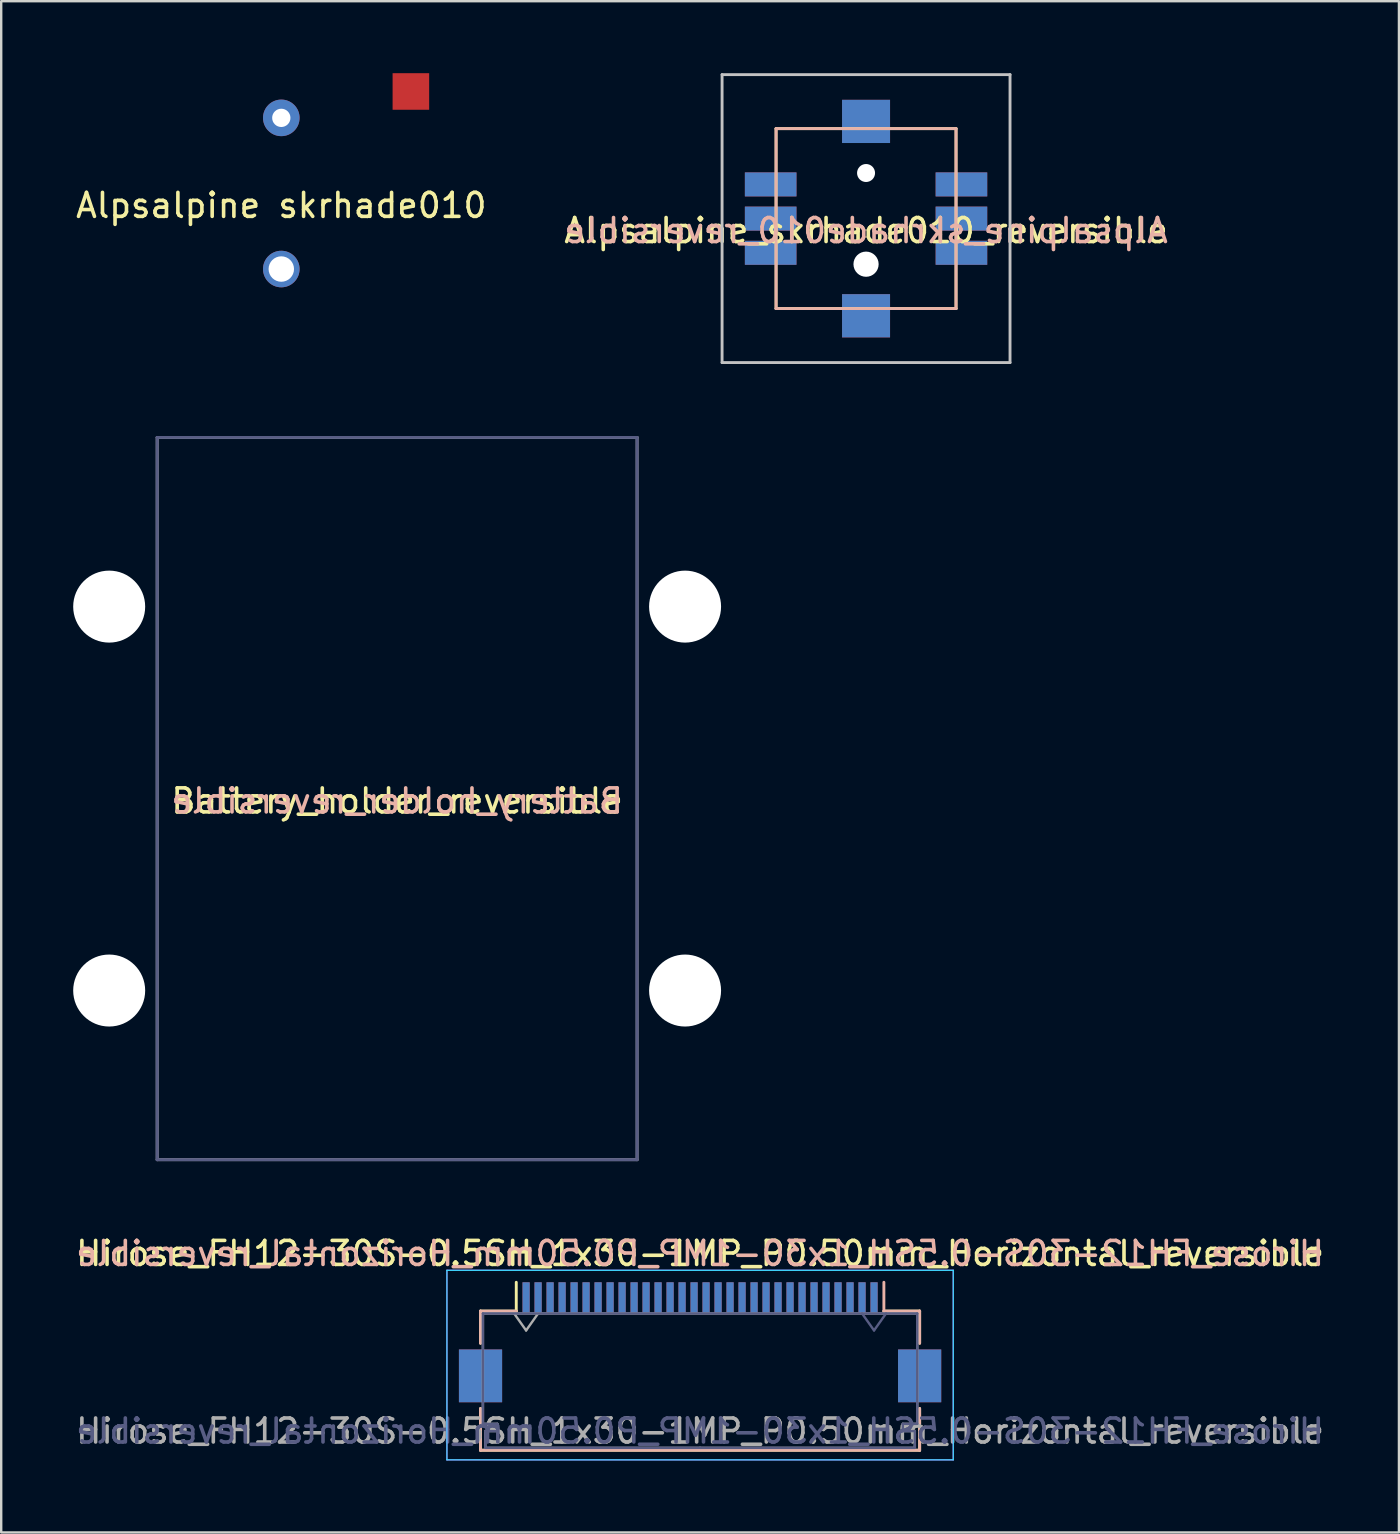
<source format=kicad_pcb>
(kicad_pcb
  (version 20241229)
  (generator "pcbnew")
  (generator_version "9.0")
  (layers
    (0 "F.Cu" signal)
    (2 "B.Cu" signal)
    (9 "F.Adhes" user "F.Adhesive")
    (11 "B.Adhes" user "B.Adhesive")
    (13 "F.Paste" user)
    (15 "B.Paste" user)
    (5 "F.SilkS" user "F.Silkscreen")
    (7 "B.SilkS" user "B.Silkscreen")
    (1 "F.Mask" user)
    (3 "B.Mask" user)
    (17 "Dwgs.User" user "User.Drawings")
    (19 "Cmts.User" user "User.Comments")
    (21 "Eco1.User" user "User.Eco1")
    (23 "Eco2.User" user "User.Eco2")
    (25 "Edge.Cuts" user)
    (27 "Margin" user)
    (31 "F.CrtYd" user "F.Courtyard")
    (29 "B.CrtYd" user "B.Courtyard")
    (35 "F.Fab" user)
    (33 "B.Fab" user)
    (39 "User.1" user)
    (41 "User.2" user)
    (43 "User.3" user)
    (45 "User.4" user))
  (footprint "Hirose_FH12-30S-0.5SH_1x30-1MP_P0.50mm_Horizontal_reversible"
    (layer "F.Cu")
    (at 26.125 52.888)
    (property "Reference" "Hirose_FH12-30S-0.5SH_1x30-1MP_P0.50mm_Horizontal_reversible" (at 0 -3.7 0) (layer "F.SilkS") (effects (font (size 1 1) (thickness 0.15))))
    (attr smd)
    (fp_line (start -9.15 -1.3) (end -9.15 0.04) (stroke (width 0.12) (type solid)) (layer "F.SilkS"))
    (fp_line (start -9.15 2.76) (end -9.15 4.5) (stroke (width 0.12) (type solid)) (layer "F.SilkS"))
    (fp_line (start -9.15 4.5) (end 9.15 4.5) (stroke (width 0.12) (type solid)) (layer "F.SilkS"))
    (fp_line (start -7.66 -1.3) (end -9.15 -1.3) (stroke (width 0.12) (type solid)) (layer "F.SilkS"))
    (fp_line (start -7.66 -1.3) (end -7.66 -2.5) (stroke (width 0.12) (type solid)) (layer "F.SilkS"))
    (fp_line (start 7.66 -1.3) (end 9.15 -1.3) (stroke (width 0.12) (type solid)) (layer "F.SilkS"))
    (fp_line (start 9.15 -1.3) (end 9.15 0.04) (stroke (width 0.12) (type solid)) (layer "F.SilkS"))
    (fp_line (start 9.15 4.5) (end 9.15 2.76) (stroke (width 0.12) (type solid)) (layer "F.SilkS"))
    (fp_line (start -9.15 -1.3) (end -9.15 0.04) (stroke (width 0.12) (type solid)) (layer "B.SilkS"))
    (fp_line (start -9.15 4.5) (end -9.15 2.76) (stroke (width 0.12) (type solid)) (layer "B.SilkS"))
    (fp_line (start -7.66 -1.3) (end -9.15 -1.3) (stroke (width 0.12) (type solid)) (layer "B.SilkS"))
    (fp_line (start 7.66 -1.3) (end 7.66 -2.5) (stroke (width 0.12) (type solid)) (layer "B.SilkS"))
    (fp_line (start 7.66 -1.3) (end 9.15 -1.3) (stroke (width 0.12) (type solid)) (layer "B.SilkS"))
    (fp_line (start 9.15 -1.3) (end 9.15 0.04) (stroke (width 0.12) (type solid)) (layer "B.SilkS"))
    (fp_line (start 9.15 2.76) (end 9.15 4.5) (stroke (width 0.12) (type solid)) (layer "B.SilkS"))
    (fp_line (start 9.15 4.5) (end -9.15 4.5) (stroke (width 0.12) (type solid)) (layer "B.SilkS"))
    (fp_line (start -10.55 -3) (end 10.55 -3) (stroke (width 0.05) (type solid)) (layer "B.CrtYd"))
    (fp_line (start -10.55 4.9) (end -10.55 -3) (stroke (width 0.05) (type solid)) (layer "B.CrtYd"))
    (fp_line (start 10.55 -3) (end 10.55 4.9) (stroke (width 0.05) (type solid)) (layer "B.CrtYd"))
    (fp_line (start 10.55 4.9) (end -10.55 4.9) (stroke (width 0.05) (type solid)) (layer "B.CrtYd"))
    (fp_line (start -10.55 -3) (end -10.55 4.9) (stroke (width 0.05) (type solid)) (layer "F.CrtYd"))
    (fp_line (start -10.55 4.9) (end 10.55 4.9) (stroke (width 0.05) (type solid)) (layer "F.CrtYd"))
    (fp_line (start 10.55 -3) (end -10.55 -3) (stroke (width 0.05) (type solid)) (layer "F.CrtYd"))
    (fp_line (start 10.55 4.9) (end 10.55 -3) (stroke (width 0.05) (type solid)) (layer "F.CrtYd"))
    (fp_line (start -9.05 -1.2) (end -9.05 3.4) (stroke (width 0.1) (type solid)) (layer "B.Fab"))
    (fp_line (start -9.05 3.4) (end -8.45 3.4) (stroke (width 0.1) (type solid)) (layer "B.Fab"))
    (fp_line (start -8.95 3.7) (end -8.95 4.4) (stroke (width 0.1) (type solid)) (layer "B.Fab"))
    (fp_line (start -8.95 4.4) (end 0 4.4) (stroke (width 0.1) (type solid)) (layer "B.Fab"))
    (fp_line (start -8.45 3.4) (end -8.45 3.7) (stroke (width 0.1) (type solid)) (layer "B.Fab"))
    (fp_line (start -8.45 3.7) (end -8.95 3.7) (stroke (width 0.1) (type solid)) (layer "B.Fab"))
    (fp_line (start 0 -1.2) (end -9.05 -1.2) (stroke (width 0.1) (type solid)) (layer "B.Fab"))
    (fp_line (start 0 -1.2) (end 9.05 -1.2) (stroke (width 0.1) (type solid)) (layer "B.Fab"))
    (fp_line (start 7.25 -0.493) (end 6.75 -1.2) (stroke (width 0.1) (type solid)) (layer "B.Fab"))
    (fp_line (start 7.75 -1.2) (end 7.25 -0.493) (stroke (width 0.1) (type solid)) (layer "B.Fab"))
    (fp_line (start 8.45 3.4) (end 8.45 3.7) (stroke (width 0.1) (type solid)) (layer "B.Fab"))
    (fp_line (start 8.45 3.7) (end 8.95 3.7) (stroke (width 0.1) (type solid)) (layer "B.Fab"))
    (fp_line (start 8.95 3.7) (end 8.95 4.4) (stroke (width 0.1) (type solid)) (layer "B.Fab"))
    (fp_line (start 8.95 4.4) (end 0 4.4) (stroke (width 0.1) (type solid)) (layer "B.Fab"))
    (fp_line (start 9.05 -1.2) (end 9.05 3.4) (stroke (width 0.1) (type solid)) (layer "B.Fab"))
    (fp_line (start 9.05 3.4) (end 8.45 3.4) (stroke (width 0.1) (type solid)) (layer "B.Fab"))
    (fp_line (start -9.05 -1.2) (end -9.05 3.4) (stroke (width 0.1) (type solid)) (layer "F.Fab"))
    (fp_line (start -9.05 3.4) (end -8.45 3.4) (stroke (width 0.1) (type solid)) (layer "F.Fab"))
    (fp_line (start -8.95 3.7) (end -8.95 4.4) (stroke (width 0.1) (type solid)) (layer "F.Fab"))
    (fp_line (start -8.95 4.4) (end 0 4.4) (stroke (width 0.1) (type solid)) (layer "F.Fab"))
    (fp_line (start -8.45 3.4) (end -8.45 3.7) (stroke (width 0.1) (type solid)) (layer "F.Fab"))
    (fp_line (start -8.45 3.7) (end -8.95 3.7) (stroke (width 0.1) (type solid)) (layer "F.Fab"))
    (fp_line (start -7.75 -1.2) (end -7.25 -0.493) (stroke (width 0.1) (type solid)) (layer "F.Fab"))
    (fp_line (start -7.25 -0.493) (end -6.75 -1.2) (stroke (width 0.1) (type solid)) (layer "F.Fab"))
    (fp_line (start 0 -1.2) (end -9.05 -1.2) (stroke (width 0.1) (type solid)) (layer "F.Fab"))
    (fp_line (start 0 -1.2) (end 9.05 -1.2) (stroke (width 0.1) (type solid)) (layer "F.Fab"))
    (fp_line (start 8.45 3.4) (end 8.45 3.7) (stroke (width 0.1) (type solid)) (layer "F.Fab"))
    (fp_line (start 8.45 3.7) (end 8.95 3.7) (stroke (width 0.1) (type solid)) (layer "F.Fab"))
    (fp_line (start 8.95 3.7) (end 8.95 4.4) (stroke (width 0.1) (type solid)) (layer "F.Fab"))
    (fp_line (start 8.95 4.4) (end 0 4.4) (stroke (width 0.1) (type solid)) (layer "F.Fab"))
    (fp_line (start 9.05 -1.2) (end 9.05 3.4) (stroke (width 0.1) (type solid)) (layer "F.Fab"))
    (fp_line (start 9.05 3.4) (end 8.45 3.4) (stroke (width 0.1) (type solid)) (layer "F.Fab"))
    (fp_text user "${REFERENCE}" (at 0 -3.7 0) (layer "B.SilkS") (effects (font (size 1 1) (thickness 0.15)) (justify mirror)))
    (fp_text user "${REFERENCE}" (at 0 3.7 180) (layer "B.Fab") (effects (font (size 1 1) (thickness 0.15)) (justify mirror)))
    (fp_text user "${REFERENCE}" (at 0 3.7 0) (layer "F.Fab") (effects (font (size 1 1) (thickness 0.15))))
    (pad "1" smd rect (at -7.25 -1.85) (size 0.3 1.3) (layers "F.Cu" "F.Mask" "F.Paste"))
    (pad "1" smd rect (at 7.25 -1.85 180) (size 0.3 1.3) (layers "B.Cu" "B.Mask" "B.Paste"))
    (pad "2" smd rect (at -6.75 -1.85) (size 0.3 1.3) (layers "F.Cu" "F.Mask" "F.Paste"))
    (pad "2" smd rect (at 6.75 -1.85 180) (size 0.3 1.3) (layers "B.Cu" "B.Mask" "B.Paste"))
    (pad "3" smd rect (at -6.25 -1.85) (size 0.3 1.3) (layers "F.Cu" "F.Mask" "F.Paste"))
    (pad "3" smd rect (at 6.25 -1.85 180) (size 0.3 1.3) (layers "B.Cu" "B.Mask" "B.Paste"))
    (pad "4" smd rect (at -5.75 -1.85) (size 0.3 1.3) (layers "F.Cu" "F.Mask" "F.Paste"))
    (pad "4" smd rect (at 5.75 -1.85 180) (size 0.3 1.3) (layers "B.Cu" "B.Mask" "B.Paste"))
    (pad "5" smd rect (at -5.25 -1.85) (size 0.3 1.3) (layers "F.Cu" "F.Mask" "F.Paste"))
    (pad "5" smd rect (at 5.25 -1.85 180) (size 0.3 1.3) (layers "B.Cu" "B.Mask" "B.Paste"))
    (pad "6" smd rect (at -4.75 -1.85) (size 0.3 1.3) (layers "F.Cu" "F.Mask" "F.Paste"))
    (pad "6" smd rect (at 4.75 -1.85 180) (size 0.3 1.3) (layers "B.Cu" "B.Mask" "B.Paste"))
    (pad "7" smd rect (at -4.25 -1.85) (size 0.3 1.3) (layers "F.Cu" "F.Mask" "F.Paste"))
    (pad "7" smd rect (at 4.25 -1.85 180) (size 0.3 1.3) (layers "B.Cu" "B.Mask" "B.Paste"))
    (pad "8" smd rect (at -3.75 -1.85) (size 0.3 1.3) (layers "F.Cu" "F.Mask" "F.Paste"))
    (pad "8" smd rect (at 3.75 -1.85 180) (size 0.3 1.3) (layers "B.Cu" "B.Mask" "B.Paste"))
    (pad "9" smd rect (at -3.25 -1.85) (size 0.3 1.3) (layers "F.Cu" "F.Mask" "F.Paste"))
    (pad "9" smd rect (at 3.25 -1.85 180) (size 0.3 1.3) (layers "B.Cu" "B.Mask" "B.Paste"))
    (pad "10" smd rect (at -2.75 -1.85) (size 0.3 1.3) (layers "F.Cu" "F.Mask" "F.Paste"))
    (pad "10" smd rect (at 2.75 -1.85 180) (size 0.3 1.3) (layers "B.Cu" "B.Mask" "B.Paste"))
    (pad "11" smd rect (at -2.25 -1.85) (size 0.3 1.3) (layers "F.Cu" "F.Mask" "F.Paste"))
    (pad "11" smd rect (at 2.25 -1.85 180) (size 0.3 1.3) (layers "B.Cu" "B.Mask" "B.Paste"))
    (pad "12" smd rect (at -1.75 -1.85) (size 0.3 1.3) (layers "F.Cu" "F.Mask" "F.Paste"))
    (pad "12" smd rect (at 1.75 -1.85 180) (size 0.3 1.3) (layers "B.Cu" "B.Mask" "B.Paste"))
    (pad "13" smd rect (at -1.25 -1.85) (size 0.3 1.3) (layers "F.Cu" "F.Mask" "F.Paste"))
    (pad "13" smd rect (at 1.25 -1.85 180) (size 0.3 1.3) (layers "B.Cu" "B.Mask" "B.Paste"))
    (pad "14" smd rect (at -0.75 -1.85) (size 0.3 1.3) (layers "F.Cu" "F.Mask" "F.Paste"))
    (pad "14" smd rect (at 0.75 -1.85 180) (size 0.3 1.3) (layers "B.Cu" "B.Mask" "B.Paste"))
    (pad "15" smd rect (at -0.25 -1.85) (size 0.3 1.3) (layers "F.Cu" "F.Mask" "F.Paste"))
    (pad "15" smd rect (at 0.25 -1.85 180) (size 0.3 1.3) (layers "B.Cu" "B.Mask" "B.Paste"))
    (pad "16" smd rect (at -0.25 -1.85 180) (size 0.3 1.3) (layers "B.Cu" "B.Mask" "B.Paste"))
    (pad "16" smd rect (at 0.25 -1.85) (size 0.3 1.3) (layers "F.Cu" "F.Mask" "F.Paste"))
    (pad "17" smd rect (at -0.75 -1.85 180) (size 0.3 1.3) (layers "B.Cu" "B.Mask" "B.Paste"))
    (pad "17" smd rect (at 0.75 -1.85) (size 0.3 1.3) (layers "F.Cu" "F.Mask" "F.Paste"))
    (pad "18" smd rect (at -1.25 -1.85 180) (size 0.3 1.3) (layers "B.Cu" "B.Mask" "B.Paste"))
    (pad "18" smd rect (at 1.25 -1.85) (size 0.3 1.3) (layers "F.Cu" "F.Mask" "F.Paste"))
    (pad "19" smd rect (at -1.75 -1.85 180) (size 0.3 1.3) (layers "B.Cu" "B.Mask" "B.Paste"))
    (pad "19" smd rect (at 1.75 -1.85) (size 0.3 1.3) (layers "F.Cu" "F.Mask" "F.Paste"))
    (pad "20" smd rect (at -2.25 -1.85 180) (size 0.3 1.3) (layers "B.Cu" "B.Mask" "B.Paste"))
    (pad "20" smd rect (at 2.25 -1.85) (size 0.3 1.3) (layers "F.Cu" "F.Mask" "F.Paste"))
    (pad "21" smd rect (at -2.75 -1.85 180) (size 0.3 1.3) (layers "B.Cu" "B.Mask" "B.Paste"))
    (pad "21" smd rect (at 2.75 -1.85) (size 0.3 1.3) (layers "F.Cu" "F.Mask" "F.Paste"))
    (pad "22" smd rect (at -3.25 -1.85 180) (size 0.3 1.3) (layers "B.Cu" "B.Mask" "B.Paste"))
    (pad "22" smd rect (at 3.25 -1.85) (size 0.3 1.3) (layers "F.Cu" "F.Mask" "F.Paste"))
    (pad "23" smd rect (at -3.75 -1.85 180) (size 0.3 1.3) (layers "B.Cu" "B.Mask" "B.Paste"))
    (pad "23" smd rect (at 3.75 -1.85) (size 0.3 1.3) (layers "F.Cu" "F.Mask" "F.Paste"))
    (pad "24" smd rect (at -4.25 -1.85 180) (size 0.3 1.3) (layers "B.Cu" "B.Mask" "B.Paste"))
    (pad "24" smd rect (at 4.25 -1.85) (size 0.3 1.3) (layers "F.Cu" "F.Mask" "F.Paste"))
    (pad "25" smd rect (at -4.75 -1.85 180) (size 0.3 1.3) (layers "B.Cu" "B.Mask" "B.Paste"))
    (pad "25" smd rect (at 4.75 -1.85) (size 0.3 1.3) (layers "F.Cu" "F.Mask" "F.Paste"))
    (pad "26" smd rect (at -5.25 -1.85 180) (size 0.3 1.3) (layers "B.Cu" "B.Mask" "B.Paste"))
    (pad "26" smd rect (at 5.25 -1.85) (size 0.3 1.3) (layers "F.Cu" "F.Mask" "F.Paste"))
    (pad "27" smd rect (at -5.75 -1.85 180) (size 0.3 1.3) (layers "B.Cu" "B.Mask" "B.Paste"))
    (pad "27" smd rect (at 5.75 -1.85) (size 0.3 1.3) (layers "F.Cu" "F.Mask" "F.Paste"))
    (pad "28" smd rect (at -6.25 -1.85 180) (size 0.3 1.3) (layers "B.Cu" "B.Mask" "B.Paste"))
    (pad "28" smd rect (at 6.25 -1.85) (size 0.3 1.3) (layers "F.Cu" "F.Mask" "F.Paste"))
    (pad "29" smd rect (at -6.75 -1.85 180) (size 0.3 1.3) (layers "B.Cu" "B.Mask" "B.Paste"))
    (pad "29" smd rect (at 6.75 -1.85) (size 0.3 1.3) (layers "F.Cu" "F.Mask" "F.Paste"))
    (pad "30" smd rect (at -7.25 -1.85 180) (size 0.3 1.3) (layers "B.Cu" "B.Mask" "B.Paste"))
    (pad "30" smd rect (at 7.25 -1.85) (size 0.3 1.3) (layers "F.Cu" "F.Mask" "F.Paste"))
    (pad "MP" smd rect (at -9.15 1.4) (size 1.8 2.2) (layers "F.Cu" "F.Mask" "F.Paste"))
    (pad "MP" smd rect (at -9.15 1.4 180) (size 1.8 2.2) (layers "B.Cu" "B.Mask" "B.Paste"))
    (pad "MP" smd rect (at 9.15 1.4) (size 1.8 2.2) (layers "F.Cu" "F.Mask" "F.Paste"))
    (pad "MP" smd rect (at 9.15 1.4 180) (size 1.8 2.2) (layers "B.Cu" "B.Mask" "B.Paste")))
  (footprint "Alpsalpine skrhade010"
    (layer "F.Cu")
    (at 8.673 5.012)
    (property "Reference" "Alpsalpine skrhade010" (at 0 0.5 0) (layer "F.SilkS") (effects (font (size 1 1) (thickness 0.15))))
    (attr through_hole)
    (pad "" np_thru_hole circle (at 0 -3.15) (size 1.524 1.524) (drill 0.762) (layers "*.Cu" "*.Mask"))
    (pad "" np_thru_hole circle (at 0 3.15) (size 1.524 1.524) (drill 1.06) (layers "*.Cu" "*.Mask"))
    (pad "" smd rect (at 5.4 -4.25) (size 1.524 1.524) (layers "F.Cu" "F.Mask" "F.Paste")))
  (footprint "Battery_holder_reversible"
    (layer "F.Cu")
    (at 13.5 30.23)
    (property "Reference" "Battery_holder_reversible" (at 0 0.1 0) (layer "F.SilkS") (effects (font (size 1 1) (thickness 0.15))))
    (attr through_hole)
    (fp_line (start -10 -15.05) (end -10 15.05) (stroke (width 0.12) (type solid)) (layer "B.Fab"))
    (fp_line (start -10 15.05) (end 10 15.05) (stroke (width 0.12) (type solid)) (layer "B.Fab"))
    (fp_line (start 10 -15.05) (end -10 -15.05) (stroke (width 0.12) (type solid)) (layer "B.Fab"))
    (fp_line (start 10 15.05) (end 10 -15.05) (stroke (width 0.12) (type solid)) (layer "B.Fab"))
    (fp_line (start -10 -15.05) (end 10 -15.05) (stroke (width 0.12) (type solid)) (layer "F.Fab"))
    (fp_line (start -10 15.05) (end -10 -15.05) (stroke (width 0.12) (type solid)) (layer "F.Fab"))
    (fp_line (start 10 -15.05) (end 10 15.05) (stroke (width 0.12) (type solid)) (layer "F.Fab"))
    (fp_line (start 10 15.05) (end -10 15.05) (stroke (width 0.12) (type solid)) (layer "F.Fab"))
    (fp_text user "${REFERENCE}" (at 0 0.1 0) (layer "B.SilkS") (effects (font (size 1 1) (thickness 0.15)) (justify mirror)))
    (pad "" np_thru_hole circle (at -12 -8) (size 3 3) (drill 3) (layers "*.Cu" "*.Mask"))
    (pad "" np_thru_hole circle (at -12 8) (size 3 3) (drill 3) (layers "*.Cu" "*.Mask"))
    (pad "" np_thru_hole circle (at 12 -8) (size 3 3) (drill 3) (layers "*.Cu" "*.Mask"))
    (pad "" np_thru_hole circle (at 12 8) (size 3 3) (drill 3) (layers "*.Cu" "*.Mask")))
  (footprint "Alpsalpine_skrhade010_reversible"
    (layer "F.Cu")
    (at 33.042 6.06)
    (property "Reference" "Alpsalpine_skrhade010_reversible" (at 0 0.5 0) (layer "F.SilkS") (effects (font (size 1 1) (thickness 0.15))))
    (attr smd)
    (fp_line (start -3.75 -3.75) (end 3.75 -3.75) (stroke (width 0.12) (type solid)) (layer "F.SilkS"))
    (fp_line (start -3.75 3.75) (end -3.75 -3.75) (stroke (width 0.12) (type solid)) (layer "F.SilkS"))
    (fp_line (start 3.75 -3.75) (end 3.75 3.75) (stroke (width 0.12) (type solid)) (layer "F.SilkS"))
    (fp_line (start 3.75 3.75) (end -3.75 3.75) (stroke (width 0.12) (type solid)) (layer "F.SilkS"))
    (fp_line (start -3.75 -3.75) (end -3.75 3.75) (stroke (width 0.12) (type solid)) (layer "B.SilkS"))
    (fp_line (start -3.75 3.75) (end 3.75 3.75) (stroke (width 0.12) (type solid)) (layer "B.SilkS"))
    (fp_line (start 3.75 -3.75) (end -3.75 -3.75) (stroke (width 0.12) (type solid)) (layer "B.SilkS"))
    (fp_line (start 3.75 3.75) (end 3.75 -3.75) (stroke (width 0.12) (type solid)) (layer "B.SilkS"))
    (fp_line (start -6 -6) (end 6 -6) (stroke (width 0.12) (type solid)) (layer "Dwgs.User"))
    (fp_line (start -6 6) (end -6 -6) (stroke (width 0.12) (type solid)) (layer "Dwgs.User"))
    (fp_line (start 6 -6) (end 6 6) (stroke (width 0.12) (type solid)) (layer "Dwgs.User"))
    (fp_line (start 6 6) (end -6 6) (stroke (width 0.12) (type solid)) (layer "Dwgs.User"))
    (fp_text user "${REFERENCE}" (at 0 0.5 0) (layer "B.SilkS") (effects (font (size 1 1) (thickness 0.15)) (justify mirror)))
    (pad "" np_thru_hole circle (at 0 -1.9 180) (size 0.75 0.75) (drill 0.75) (layers "*.Cu" "*.Mask"))
    (pad "" np_thru_hole circle (at 0 1.9 180) (size 1.05 1.05) (drill 1.05) (layers "*.Cu" "*.Mask"))
    (pad "1" smd rect (at -3.975 -1.425) (size 2.15 1) (layers "F.Cu" "F.Mask" "F.Paste"))
    (pad "1" smd rect (at 3.975 -1.425 180) (size 2.15 1) (layers "B.Cu" "B.Mask" "B.Paste"))
    (pad "2" smd rect (at -3.975 0) (size 2.15 1) (layers "F.Cu" "F.Mask" "F.Paste"))
    (pad "2" smd rect (at 3.975 0 180) (size 2.15 1) (layers "B.Cu" "B.Mask" "B.Paste"))
    (pad "3" smd rect (at -3.975 1.425) (size 2.15 1) (layers "F.Cu" "F.Mask" "F.Paste"))
    (pad "3" smd rect (at 3.975 1.425 180) (size 2.15 1) (layers "B.Cu" "B.Mask" "B.Paste"))
    (pad "4" smd rect (at -3.975 -1.425 180) (size 2.15 1) (layers "B.Cu" "B.Mask" "B.Paste"))
    (pad "4" smd rect (at 3.975 -1.425) (size 2.15 1) (layers "F.Cu" "F.Mask" "F.Paste"))
    (pad "5" smd rect (at -3.975 0 180) (size 2.15 1) (layers "B.Cu" "B.Mask" "B.Paste"))
    (pad "5" smd rect (at 3.975 0) (size 2.15 1) (layers "F.Cu" "F.Mask" "F.Paste"))
    (pad "6" smd rect (at -3.975 1.425 180) (size 2.15 1) (layers "B.Cu" "B.Mask" "B.Paste"))
    (pad "6" smd rect (at 3.975 1.425) (size 2.15 1) (layers "F.Cu" "F.Mask" "F.Paste"))
    (pad "MP" smd rect (at 0 -4.05) (size 2 1.8) (layers "F.Cu" "F.Mask" "F.Paste"))
    (pad "MP" smd rect (at 0 -4.05 180) (size 2 1.8) (layers "B.Cu" "B.Mask" "B.Paste"))
    (pad "MP" smd rect (at 0 4.05) (size 2 1.8) (layers "F.Cu" "F.Mask" "F.Paste"))
    (pad "MP" smd rect (at 0 4.05 180) (size 2 1.8) (layers "B.Cu" "B.Mask" "B.Paste")))
  (gr_rect
    (start -3 -3)
    (end 55.25 60.813)
    (stroke (width 0.1) (type default))
    (fill no)
    (layer "Edge.Cuts")))
</source>
